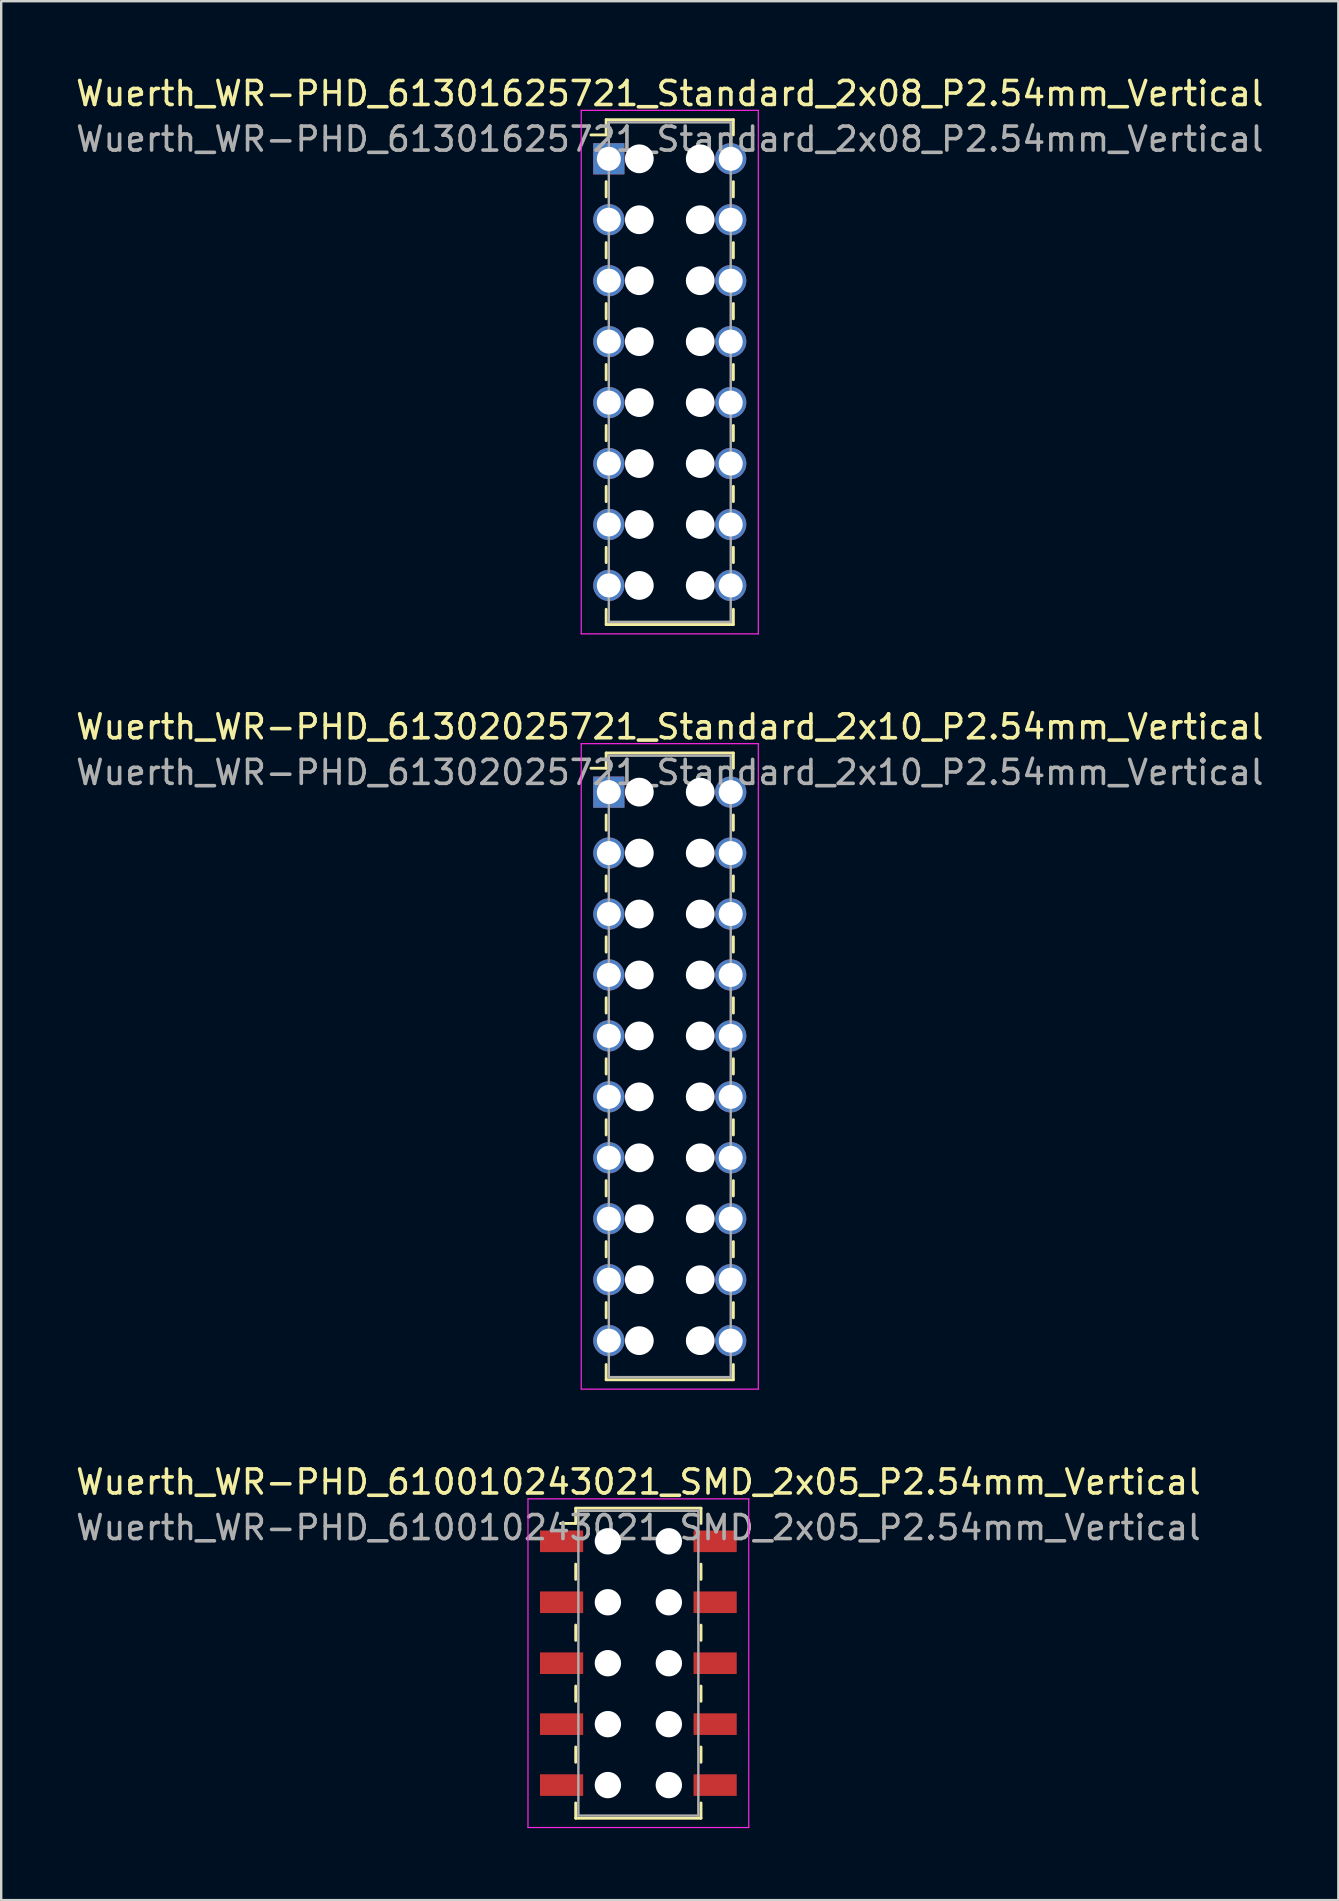
<source format=kicad_pcb>
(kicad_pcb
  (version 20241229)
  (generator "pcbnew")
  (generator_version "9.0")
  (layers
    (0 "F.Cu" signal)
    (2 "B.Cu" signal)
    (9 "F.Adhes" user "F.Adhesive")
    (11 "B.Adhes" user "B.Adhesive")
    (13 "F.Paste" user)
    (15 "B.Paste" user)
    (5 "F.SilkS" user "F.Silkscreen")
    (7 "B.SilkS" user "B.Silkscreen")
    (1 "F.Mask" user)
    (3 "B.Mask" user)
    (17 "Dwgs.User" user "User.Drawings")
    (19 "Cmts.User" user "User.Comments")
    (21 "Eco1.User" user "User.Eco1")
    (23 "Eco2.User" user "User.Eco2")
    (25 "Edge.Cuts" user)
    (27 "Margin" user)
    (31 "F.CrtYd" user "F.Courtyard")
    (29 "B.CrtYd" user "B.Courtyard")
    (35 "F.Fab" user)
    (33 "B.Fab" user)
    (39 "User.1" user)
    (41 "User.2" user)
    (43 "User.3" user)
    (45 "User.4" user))
  (footprint "Wuerth_WR-PHD_610010243021_SMD_2x05_P2.54mm_Vertical"
    (layer "F.Cu")
    (at 23.554 66.265)
    (property "Reference" "Wuerth_WR-PHD_610010243021_SMD_2x05_P2.54mm_Vertical" (at 0 -7.55 0) (layer "F.SilkS") (effects (font (size 1 1) (thickness 0.15))))
    (attr smd)
    (fp_line (start -2.61 -6.46) (end -2.61 -5.825) (stroke (width 0.12) (type solid)) (layer "F.SilkS"))
    (fp_line (start -2.61 -6.46) (end 2.61 -6.46) (stroke (width 0.12) (type solid)) (layer "F.SilkS"))
    (fp_line (start -2.61 -5.825) (end -3.245 -5.825) (stroke (width 0.12) (type solid)) (layer "F.SilkS"))
    (fp_line (start -2.61 -4.128) (end -2.61 -3.493) (stroke (width 0.12) (type solid)) (layer "F.SilkS"))
    (fp_line (start -2.61 -1.587) (end -2.61 -0.953) (stroke (width 0.12) (type solid)) (layer "F.SilkS"))
    (fp_line (start -2.61 0.953) (end -2.61 1.587) (stroke (width 0.12) (type solid)) (layer "F.SilkS"))
    (fp_line (start -2.61 3.493) (end -2.61 4.128) (stroke (width 0.12) (type solid)) (layer "F.SilkS"))
    (fp_line (start -2.61 6.46) (end -2.61 5.825) (stroke (width 0.12) (type solid)) (layer "F.SilkS"))
    (fp_line (start -2.61 6.46) (end 2.61 6.46) (stroke (width 0.12) (type solid)) (layer "F.SilkS"))
    (fp_line (start 2.61 -6.46) (end 2.61 -5.825) (stroke (width 0.12) (type solid)) (layer "F.SilkS"))
    (fp_line (start 2.61 -4.128) (end 2.61 -3.493) (stroke (width 0.12) (type solid)) (layer "F.SilkS"))
    (fp_line (start 2.61 -1.587) (end 2.61 -0.953) (stroke (width 0.12) (type solid)) (layer "F.SilkS"))
    (fp_line (start 2.61 0.953) (end 2.61 1.587) (stroke (width 0.12) (type solid)) (layer "F.SilkS"))
    (fp_line (start 2.61 3.493) (end 2.61 4.128) (stroke (width 0.12) (type solid)) (layer "F.SilkS"))
    (fp_line (start 2.61 6.46) (end 2.61 5.825) (stroke (width 0.12) (type solid)) (layer "F.SilkS"))
    (fp_line (start -4.6 -6.85) (end -4.6 6.85) (stroke (width 0.05) (type solid)) (layer "F.CrtYd"))
    (fp_line (start -4.6 6.85) (end 4.6 6.85) (stroke (width 0.05) (type solid)) (layer "F.CrtYd"))
    (fp_line (start 4.6 -6.85) (end -4.6 -6.85) (stroke (width 0.05) (type solid)) (layer "F.CrtYd"))
    (fp_line (start 4.6 6.85) (end 4.6 -6.85) (stroke (width 0.05) (type solid)) (layer "F.CrtYd"))
    (fp_line (start -2.5 -6.35) (end -2.5 6.35) (stroke (width 0.1) (type solid)) (layer "F.Fab"))
    (fp_line (start -2.5 6.35) (end 2.5 6.35) (stroke (width 0.1) (type solid)) (layer "F.Fab"))
    (fp_line (start 2.5 -6.35) (end -2.5 -6.35) (stroke (width 0.1) (type solid)) (layer "F.Fab"))
    (fp_line (start 2.5 6.35) (end 2.5 -6.35) (stroke (width 0.1) (type solid)) (layer "F.Fab"))
    (fp_text user "${REFERENCE}" (at 0 -5.65 0) (layer "F.Fab") (effects (font (size 1 1) (thickness 0.15))))
    (pad "" np_thru_hole circle (at -1.27 -5.08) (size 1.1 1.1) (drill 1.1) (layers "*.Cu" "*.Mask"))
    (pad "" np_thru_hole circle (at -1.27 -2.54) (size 1.1 1.1) (drill 1.1) (layers "*.Cu" "*.Mask"))
    (pad "" np_thru_hole circle (at -1.27 0) (size 1.1 1.1) (drill 1.1) (layers "*.Cu" "*.Mask"))
    (pad "" np_thru_hole circle (at -1.27 2.54) (size 1.1 1.1) (drill 1.1) (layers "*.Cu" "*.Mask"))
    (pad "" np_thru_hole circle (at -1.27 5.08) (size 1.1 1.1) (drill 1.1) (layers "*.Cu" "*.Mask"))
    (pad "" np_thru_hole circle (at 1.27 -5.08) (size 1.1 1.1) (drill 1.1) (layers "*.Cu" "*.Mask"))
    (pad "" np_thru_hole circle (at 1.27 -2.54) (size 1.1 1.1) (drill 1.1) (layers "*.Cu" "*.Mask"))
    (pad "" np_thru_hole circle (at 1.27 0) (size 1.1 1.1) (drill 1.1) (layers "*.Cu" "*.Mask"))
    (pad "" np_thru_hole circle (at 1.27 2.54) (size 1.1 1.1) (drill 1.1) (layers "*.Cu" "*.Mask"))
    (pad "" np_thru_hole circle (at 1.27 5.08) (size 1.1 1.1) (drill 1.1) (layers "*.Cu" "*.Mask"))
    (pad "1" smd rect (at -3.2 -5.08) (size 1.8 0.9) (layers "F.Cu" "F.Mask" "F.Paste"))
    (pad "2" smd rect (at 3.2 -5.08) (size 1.8 0.9) (layers "F.Cu" "F.Mask" "F.Paste"))
    (pad "3" smd rect (at -3.2 -2.54) (size 1.8 0.9) (layers "F.Cu" "F.Mask" "F.Paste"))
    (pad "4" smd rect (at 3.2 -2.54) (size 1.8 0.9) (layers "F.Cu" "F.Mask" "F.Paste"))
    (pad "5" smd rect (at -3.2 0) (size 1.8 0.9) (layers "F.Cu" "F.Mask" "F.Paste"))
    (pad "6" smd rect (at 3.2 0) (size 1.8 0.9) (layers "F.Cu" "F.Mask" "F.Paste"))
    (pad "7" smd rect (at -3.2 2.54) (size 1.8 0.9) (layers "F.Cu" "F.Mask" "F.Paste"))
    (pad "8" smd rect (at 3.2 2.54) (size 1.8 0.9) (layers "F.Cu" "F.Mask" "F.Paste"))
    (pad "9" smd rect (at -3.2 5.08) (size 1.8 0.9) (layers "F.Cu" "F.Mask" "F.Paste"))
    (pad "10" smd rect (at 3.2 5.08) (size 1.8 0.9) (layers "F.Cu" "F.Mask" "F.Paste")))
  (footprint "Wuerth_WR-PHD_61301625721_Standard_2x08_P2.54mm_Vertical"
    (layer "F.Cu")
    (at 22.323 3.568)
    (property "Reference" "Wuerth_WR-PHD_61301625721_Standard_2x08_P2.54mm_Vertical" (at 2.54 -2.72 0) (layer "F.SilkS") (effects (font (size 1 1) (thickness 0.15))))
    (attr through_hole)
    (fp_line (start -0.11 -1.63) (end -0.11 -0.995) (stroke (width 0.12) (type solid)) (layer "F.SilkS"))
    (fp_line (start -0.11 -1.63) (end 5.19 -1.63) (stroke (width 0.12) (type solid)) (layer "F.SilkS"))
    (fp_line (start -0.11 -0.995) (end -0.745 -0.995) (stroke (width 0.12) (type solid)) (layer "F.SilkS"))
    (fp_line (start -0.11 0.953) (end -0.11 1.587) (stroke (width 0.12) (type solid)) (layer "F.SilkS"))
    (fp_line (start -0.11 3.493) (end -0.11 4.128) (stroke (width 0.12) (type solid)) (layer "F.SilkS"))
    (fp_line (start -0.11 6.032) (end -0.11 6.668) (stroke (width 0.12) (type solid)) (layer "F.SilkS"))
    (fp_line (start -0.11 8.572) (end -0.11 9.207) (stroke (width 0.12) (type solid)) (layer "F.SilkS"))
    (fp_line (start -0.11 11.113) (end -0.11 11.748) (stroke (width 0.12) (type solid)) (layer "F.SilkS"))
    (fp_line (start -0.11 13.652) (end -0.11 14.287) (stroke (width 0.12) (type solid)) (layer "F.SilkS"))
    (fp_line (start -0.11 16.192) (end -0.11 16.828) (stroke (width 0.12) (type solid)) (layer "F.SilkS"))
    (fp_line (start -0.11 19.41) (end -0.11 18.775) (stroke (width 0.12) (type solid)) (layer "F.SilkS"))
    (fp_line (start -0.11 19.41) (end 5.19 19.41) (stroke (width 0.12) (type solid)) (layer "F.SilkS"))
    (fp_line (start 5.19 -1.63) (end 5.19 -0.995) (stroke (width 0.12) (type solid)) (layer "F.SilkS"))
    (fp_line (start 5.19 0.953) (end 5.19 1.587) (stroke (width 0.12) (type solid)) (layer "F.SilkS"))
    (fp_line (start 5.19 3.493) (end 5.19 4.128) (stroke (width 0.12) (type solid)) (layer "F.SilkS"))
    (fp_line (start 5.19 6.032) (end 5.19 6.668) (stroke (width 0.12) (type solid)) (layer "F.SilkS"))
    (fp_line (start 5.19 8.572) (end 5.19 9.207) (stroke (width 0.12) (type solid)) (layer "F.SilkS"))
    (fp_line (start 5.19 11.113) (end 5.19 11.748) (stroke (width 0.12) (type solid)) (layer "F.SilkS"))
    (fp_line (start 5.19 13.652) (end 5.19 14.287) (stroke (width 0.12) (type solid)) (layer "F.SilkS"))
    (fp_line (start 5.19 16.192) (end 5.19 16.828) (stroke (width 0.12) (type solid)) (layer "F.SilkS"))
    (fp_line (start 5.19 19.41) (end 5.19 18.775) (stroke (width 0.12) (type solid)) (layer "F.SilkS"))
    (fp_line (start -1.15 -2.02) (end -1.15 19.8) (stroke (width 0.05) (type solid)) (layer "F.CrtYd"))
    (fp_line (start -1.15 19.8) (end 6.23 19.8) (stroke (width 0.05) (type solid)) (layer "F.CrtYd"))
    (fp_line (start 6.23 -2.02) (end -1.15 -2.02) (stroke (width 0.05) (type solid)) (layer "F.CrtYd"))
    (fp_line (start 6.23 19.8) (end 6.23 -2.02) (stroke (width 0.05) (type solid)) (layer "F.CrtYd"))
    (fp_line (start 0 -1.52) (end 0 19.3) (stroke (width 0.1) (type solid)) (layer "F.Fab"))
    (fp_line (start 0 19.3) (end 5.08 19.3) (stroke (width 0.1) (type solid)) (layer "F.Fab"))
    (fp_line (start 5.08 -1.52) (end 0 -1.52) (stroke (width 0.1) (type solid)) (layer "F.Fab"))
    (fp_line (start 5.08 19.3) (end 5.08 -1.52) (stroke (width 0.1) (type solid)) (layer "F.Fab"))
    (fp_text user "${REFERENCE}" (at 2.54 -0.82 0) (layer "F.Fab") (effects (font (size 1 1) (thickness 0.15))))
    (pad "" np_thru_hole circle (at 1.27 0) (size 1.2 1.2) (drill 1.2) (layers "*.Cu" "*.Mask"))
    (pad "" np_thru_hole circle (at 1.27 2.54) (size 1.2 1.2) (drill 1.2) (layers "*.Cu" "*.Mask"))
    (pad "" np_thru_hole circle (at 1.27 5.08) (size 1.2 1.2) (drill 1.2) (layers "*.Cu" "*.Mask"))
    (pad "" np_thru_hole circle (at 1.27 7.62) (size 1.2 1.2) (drill 1.2) (layers "*.Cu" "*.Mask"))
    (pad "" np_thru_hole circle (at 1.27 10.16) (size 1.2 1.2) (drill 1.2) (layers "*.Cu" "*.Mask"))
    (pad "" np_thru_hole circle (at 1.27 12.7) (size 1.2 1.2) (drill 1.2) (layers "*.Cu" "*.Mask"))
    (pad "" np_thru_hole circle (at 1.27 15.24) (size 1.2 1.2) (drill 1.2) (layers "*.Cu" "*.Mask"))
    (pad "" np_thru_hole circle (at 1.27 17.78) (size 1.2 1.2) (drill 1.2) (layers "*.Cu" "*.Mask"))
    (pad "" np_thru_hole circle (at 3.81 0) (size 1.2 1.2) (drill 1.2) (layers "*.Cu" "*.Mask"))
    (pad "" np_thru_hole circle (at 3.81 2.54) (size 1.2 1.2) (drill 1.2) (layers "*.Cu" "*.Mask"))
    (pad "" np_thru_hole circle (at 3.81 5.08) (size 1.2 1.2) (drill 1.2) (layers "*.Cu" "*.Mask"))
    (pad "" np_thru_hole circle (at 3.81 7.62) (size 1.2 1.2) (drill 1.2) (layers "*.Cu" "*.Mask"))
    (pad "" np_thru_hole circle (at 3.81 10.16) (size 1.2 1.2) (drill 1.2) (layers "*.Cu" "*.Mask"))
    (pad "" np_thru_hole circle (at 3.81 12.7) (size 1.2 1.2) (drill 1.2) (layers "*.Cu" "*.Mask"))
    (pad "" np_thru_hole circle (at 3.81 15.24) (size 1.2 1.2) (drill 1.2) (layers "*.Cu" "*.Mask"))
    (pad "" np_thru_hole circle (at 3.81 17.78) (size 1.2 1.2) (drill 1.2) (layers "*.Cu" "*.Mask"))
    (pad "1" thru_hole rect (at 0 0) (size 1.3 1.3) (drill 1) (layers "*.Cu" "*.Mask"))
    (pad "2" thru_hole circle (at 5.08 0) (size 1.3 1.3) (drill 1) (layers "*.Cu" "*.Mask"))
    (pad "3" thru_hole circle (at 0 2.54) (size 1.3 1.3) (drill 1) (layers "*.Cu" "*.Mask"))
    (pad "4" thru_hole circle (at 5.08 2.54) (size 1.3 1.3) (drill 1) (layers "*.Cu" "*.Mask"))
    (pad "5" thru_hole circle (at 0 5.08) (size 1.3 1.3) (drill 1) (layers "*.Cu" "*.Mask"))
    (pad "6" thru_hole circle (at 5.08 5.08) (size 1.3 1.3) (drill 1) (layers "*.Cu" "*.Mask"))
    (pad "7" thru_hole circle (at 0 7.62) (size 1.3 1.3) (drill 1) (layers "*.Cu" "*.Mask"))
    (pad "8" thru_hole circle (at 5.08 7.62) (size 1.3 1.3) (drill 1) (layers "*.Cu" "*.Mask"))
    (pad "9" thru_hole circle (at 0 10.16) (size 1.3 1.3) (drill 1) (layers "*.Cu" "*.Mask"))
    (pad "10" thru_hole circle (at 5.08 10.16) (size 1.3 1.3) (drill 1) (layers "*.Cu" "*.Mask"))
    (pad "11" thru_hole circle (at 0 12.7) (size 1.3 1.3) (drill 1) (layers "*.Cu" "*.Mask"))
    (pad "12" thru_hole circle (at 5.08 12.7) (size 1.3 1.3) (drill 1) (layers "*.Cu" "*.Mask"))
    (pad "13" thru_hole circle (at 0 15.24) (size 1.3 1.3) (drill 1) (layers "*.Cu" "*.Mask"))
    (pad "14" thru_hole circle (at 5.08 15.24) (size 1.3 1.3) (drill 1) (layers "*.Cu" "*.Mask"))
    (pad "15" thru_hole circle (at 0 17.78) (size 1.3 1.3) (drill 1) (layers "*.Cu" "*.Mask"))
    (pad "16" thru_hole circle (at 5.08 17.78) (size 1.3 1.3) (drill 1) (layers "*.Cu" "*.Mask")))
  (footprint "Wuerth_WR-PHD_61302025721_Standard_2x10_P2.54mm_Vertical"
    (layer "F.Cu")
    (at 22.323 29.962)
    (property "Reference" "Wuerth_WR-PHD_61302025721_Standard_2x10_P2.54mm_Vertical" (at 2.54 -2.72 0) (layer "F.SilkS") (effects (font (size 1 1) (thickness 0.15))))
    (attr through_hole)
    (fp_line (start -0.11 -1.63) (end -0.11 -0.995) (stroke (width 0.12) (type solid)) (layer "F.SilkS"))
    (fp_line (start -0.11 -1.63) (end 5.19 -1.63) (stroke (width 0.12) (type solid)) (layer "F.SilkS"))
    (fp_line (start -0.11 -0.995) (end -0.745 -0.995) (stroke (width 0.12) (type solid)) (layer "F.SilkS"))
    (fp_line (start -0.11 0.953) (end -0.11 1.587) (stroke (width 0.12) (type solid)) (layer "F.SilkS"))
    (fp_line (start -0.11 3.493) (end -0.11 4.128) (stroke (width 0.12) (type solid)) (layer "F.SilkS"))
    (fp_line (start -0.11 6.032) (end -0.11 6.668) (stroke (width 0.12) (type solid)) (layer "F.SilkS"))
    (fp_line (start -0.11 8.572) (end -0.11 9.207) (stroke (width 0.12) (type solid)) (layer "F.SilkS"))
    (fp_line (start -0.11 11.113) (end -0.11 11.748) (stroke (width 0.12) (type solid)) (layer "F.SilkS"))
    (fp_line (start -0.11 13.652) (end -0.11 14.287) (stroke (width 0.12) (type solid)) (layer "F.SilkS"))
    (fp_line (start -0.11 16.192) (end -0.11 16.828) (stroke (width 0.12) (type solid)) (layer "F.SilkS"))
    (fp_line (start -0.11 18.733) (end -0.11 19.367) (stroke (width 0.12) (type solid)) (layer "F.SilkS"))
    (fp_line (start -0.11 21.273) (end -0.11 21.907) (stroke (width 0.12) (type solid)) (layer "F.SilkS"))
    (fp_line (start -0.11 24.49) (end -0.11 23.855) (stroke (width 0.12) (type solid)) (layer "F.SilkS"))
    (fp_line (start -0.11 24.49) (end 5.19 24.49) (stroke (width 0.12) (type solid)) (layer "F.SilkS"))
    (fp_line (start 5.19 -1.63) (end 5.19 -0.995) (stroke (width 0.12) (type solid)) (layer "F.SilkS"))
    (fp_line (start 5.19 0.953) (end 5.19 1.587) (stroke (width 0.12) (type solid)) (layer "F.SilkS"))
    (fp_line (start 5.19 3.493) (end 5.19 4.128) (stroke (width 0.12) (type solid)) (layer "F.SilkS"))
    (fp_line (start 5.19 6.032) (end 5.19 6.668) (stroke (width 0.12) (type solid)) (layer "F.SilkS"))
    (fp_line (start 5.19 8.572) (end 5.19 9.207) (stroke (width 0.12) (type solid)) (layer "F.SilkS"))
    (fp_line (start 5.19 11.113) (end 5.19 11.748) (stroke (width 0.12) (type solid)) (layer "F.SilkS"))
    (fp_line (start 5.19 13.652) (end 5.19 14.287) (stroke (width 0.12) (type solid)) (layer "F.SilkS"))
    (fp_line (start 5.19 16.192) (end 5.19 16.828) (stroke (width 0.12) (type solid)) (layer "F.SilkS"))
    (fp_line (start 5.19 18.733) (end 5.19 19.367) (stroke (width 0.12) (type solid)) (layer "F.SilkS"))
    (fp_line (start 5.19 21.273) (end 5.19 21.907) (stroke (width 0.12) (type solid)) (layer "F.SilkS"))
    (fp_line (start 5.19 24.49) (end 5.19 23.855) (stroke (width 0.12) (type solid)) (layer "F.SilkS"))
    (fp_line (start -1.15 -2.02) (end -1.15 24.88) (stroke (width 0.05) (type solid)) (layer "F.CrtYd"))
    (fp_line (start -1.15 24.88) (end 6.23 24.88) (stroke (width 0.05) (type solid)) (layer "F.CrtYd"))
    (fp_line (start 6.23 -2.02) (end -1.15 -2.02) (stroke (width 0.05) (type solid)) (layer "F.CrtYd"))
    (fp_line (start 6.23 24.88) (end 6.23 -2.02) (stroke (width 0.05) (type solid)) (layer "F.CrtYd"))
    (fp_line (start 0 -1.52) (end 0 24.38) (stroke (width 0.1) (type solid)) (layer "F.Fab"))
    (fp_line (start 0 24.38) (end 5.08 24.38) (stroke (width 0.1) (type solid)) (layer "F.Fab"))
    (fp_line (start 5.08 -1.52) (end 0 -1.52) (stroke (width 0.1) (type solid)) (layer "F.Fab"))
    (fp_line (start 5.08 24.38) (end 5.08 -1.52) (stroke (width 0.1) (type solid)) (layer "F.Fab"))
    (fp_text user "${REFERENCE}" (at 2.54 -0.82 0) (layer "F.Fab") (effects (font (size 1 1) (thickness 0.15))))
    (pad "" np_thru_hole circle (at 1.27 0) (size 1.2 1.2) (drill 1.2) (layers "*.Cu" "*.Mask"))
    (pad "" np_thru_hole circle (at 1.27 2.54) (size 1.2 1.2) (drill 1.2) (layers "*.Cu" "*.Mask"))
    (pad "" np_thru_hole circle (at 1.27 5.08) (size 1.2 1.2) (drill 1.2) (layers "*.Cu" "*.Mask"))
    (pad "" np_thru_hole circle (at 1.27 7.62) (size 1.2 1.2) (drill 1.2) (layers "*.Cu" "*.Mask"))
    (pad "" np_thru_hole circle (at 1.27 10.16) (size 1.2 1.2) (drill 1.2) (layers "*.Cu" "*.Mask"))
    (pad "" np_thru_hole circle (at 1.27 12.7) (size 1.2 1.2) (drill 1.2) (layers "*.Cu" "*.Mask"))
    (pad "" np_thru_hole circle (at 1.27 15.24) (size 1.2 1.2) (drill 1.2) (layers "*.Cu" "*.Mask"))
    (pad "" np_thru_hole circle (at 1.27 17.78) (size 1.2 1.2) (drill 1.2) (layers "*.Cu" "*.Mask"))
    (pad "" np_thru_hole circle (at 1.27 20.32) (size 1.2 1.2) (drill 1.2) (layers "*.Cu" "*.Mask"))
    (pad "" np_thru_hole circle (at 1.27 22.86) (size 1.2 1.2) (drill 1.2) (layers "*.Cu" "*.Mask"))
    (pad "" np_thru_hole circle (at 3.81 0) (size 1.2 1.2) (drill 1.2) (layers "*.Cu" "*.Mask"))
    (pad "" np_thru_hole circle (at 3.81 2.54) (size 1.2 1.2) (drill 1.2) (layers "*.Cu" "*.Mask"))
    (pad "" np_thru_hole circle (at 3.81 5.08) (size 1.2 1.2) (drill 1.2) (layers "*.Cu" "*.Mask"))
    (pad "" np_thru_hole circle (at 3.81 7.62) (size 1.2 1.2) (drill 1.2) (layers "*.Cu" "*.Mask"))
    (pad "" np_thru_hole circle (at 3.81 10.16) (size 1.2 1.2) (drill 1.2) (layers "*.Cu" "*.Mask"))
    (pad "" np_thru_hole circle (at 3.81 12.7) (size 1.2 1.2) (drill 1.2) (layers "*.Cu" "*.Mask"))
    (pad "" np_thru_hole circle (at 3.81 15.24) (size 1.2 1.2) (drill 1.2) (layers "*.Cu" "*.Mask"))
    (pad "" np_thru_hole circle (at 3.81 17.78) (size 1.2 1.2) (drill 1.2) (layers "*.Cu" "*.Mask"))
    (pad "" np_thru_hole circle (at 3.81 20.32) (size 1.2 1.2) (drill 1.2) (layers "*.Cu" "*.Mask"))
    (pad "" np_thru_hole circle (at 3.81 22.86) (size 1.2 1.2) (drill 1.2) (layers "*.Cu" "*.Mask"))
    (pad "1" thru_hole rect (at 0 0) (size 1.3 1.3) (drill 1) (layers "*.Cu" "*.Mask"))
    (pad "2" thru_hole circle (at 5.08 0) (size 1.3 1.3) (drill 1) (layers "*.Cu" "*.Mask"))
    (pad "3" thru_hole circle (at 0 2.54) (size 1.3 1.3) (drill 1) (layers "*.Cu" "*.Mask"))
    (pad "4" thru_hole circle (at 5.08 2.54) (size 1.3 1.3) (drill 1) (layers "*.Cu" "*.Mask"))
    (pad "5" thru_hole circle (at 0 5.08) (size 1.3 1.3) (drill 1) (layers "*.Cu" "*.Mask"))
    (pad "6" thru_hole circle (at 5.08 5.08) (size 1.3 1.3) (drill 1) (layers "*.Cu" "*.Mask"))
    (pad "7" thru_hole circle (at 0 7.62) (size 1.3 1.3) (drill 1) (layers "*.Cu" "*.Mask"))
    (pad "8" thru_hole circle (at 5.08 7.62) (size 1.3 1.3) (drill 1) (layers "*.Cu" "*.Mask"))
    (pad "9" thru_hole circle (at 0 10.16) (size 1.3 1.3) (drill 1) (layers "*.Cu" "*.Mask"))
    (pad "10" thru_hole circle (at 5.08 10.16) (size 1.3 1.3) (drill 1) (layers "*.Cu" "*.Mask"))
    (pad "11" thru_hole circle (at 0 12.7) (size 1.3 1.3) (drill 1) (layers "*.Cu" "*.Mask"))
    (pad "12" thru_hole circle (at 5.08 12.7) (size 1.3 1.3) (drill 1) (layers "*.Cu" "*.Mask"))
    (pad "13" thru_hole circle (at 0 15.24) (size 1.3 1.3) (drill 1) (layers "*.Cu" "*.Mask"))
    (pad "14" thru_hole circle (at 5.08 15.24) (size 1.3 1.3) (drill 1) (layers "*.Cu" "*.Mask"))
    (pad "15" thru_hole circle (at 0 17.78) (size 1.3 1.3) (drill 1) (layers "*.Cu" "*.Mask"))
    (pad "16" thru_hole circle (at 5.08 17.78) (size 1.3 1.3) (drill 1) (layers "*.Cu" "*.Mask"))
    (pad "17" thru_hole circle (at 0 20.32) (size 1.3 1.3) (drill 1) (layers "*.Cu" "*.Mask"))
    (pad "18" thru_hole circle (at 5.08 20.32) (size 1.3 1.3) (drill 1) (layers "*.Cu" "*.Mask"))
    (pad "19" thru_hole circle (at 0 22.86) (size 1.3 1.3) (drill 1) (layers "*.Cu" "*.Mask"))
    (pad "20" thru_hole circle (at 5.08 22.86) (size 1.3 1.3) (drill 1) (layers "*.Cu" "*.Mask")))
  (gr_rect
    (start -3 -3)
    (end 52.726 76.14)
    (stroke (width 0.1) (type default))
    (fill no)
    (layer "Edge.Cuts")))
</source>
